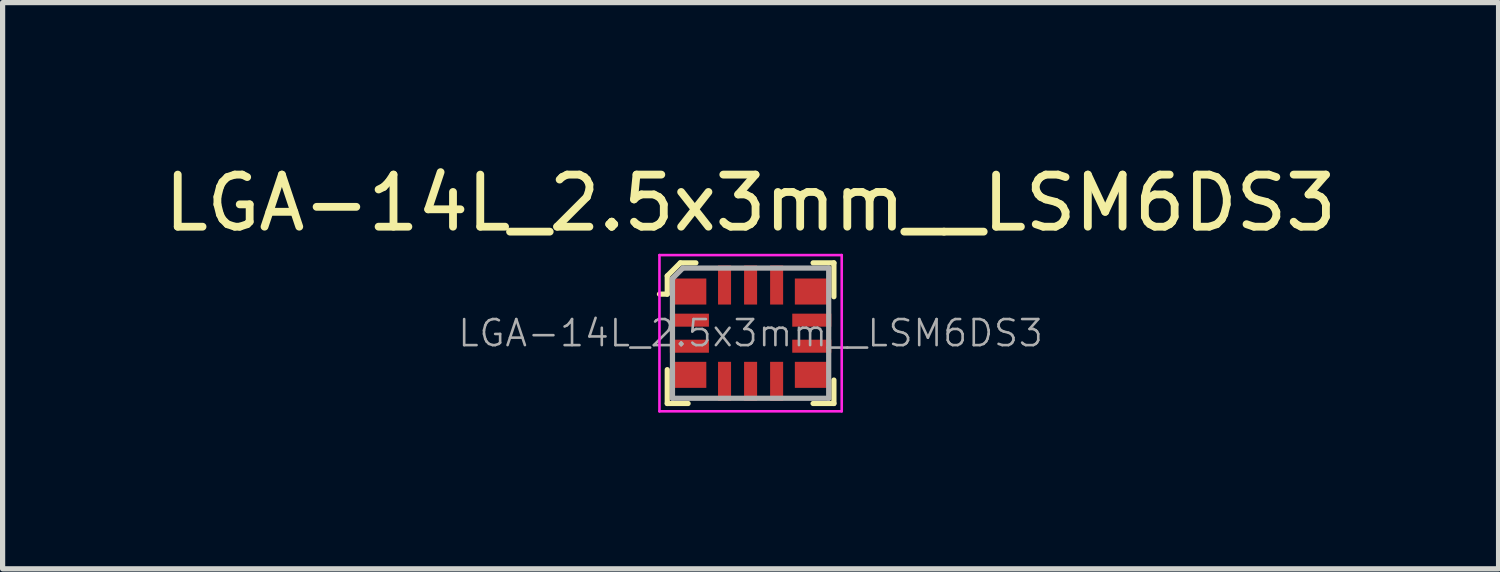
<source format=kicad_pcb>
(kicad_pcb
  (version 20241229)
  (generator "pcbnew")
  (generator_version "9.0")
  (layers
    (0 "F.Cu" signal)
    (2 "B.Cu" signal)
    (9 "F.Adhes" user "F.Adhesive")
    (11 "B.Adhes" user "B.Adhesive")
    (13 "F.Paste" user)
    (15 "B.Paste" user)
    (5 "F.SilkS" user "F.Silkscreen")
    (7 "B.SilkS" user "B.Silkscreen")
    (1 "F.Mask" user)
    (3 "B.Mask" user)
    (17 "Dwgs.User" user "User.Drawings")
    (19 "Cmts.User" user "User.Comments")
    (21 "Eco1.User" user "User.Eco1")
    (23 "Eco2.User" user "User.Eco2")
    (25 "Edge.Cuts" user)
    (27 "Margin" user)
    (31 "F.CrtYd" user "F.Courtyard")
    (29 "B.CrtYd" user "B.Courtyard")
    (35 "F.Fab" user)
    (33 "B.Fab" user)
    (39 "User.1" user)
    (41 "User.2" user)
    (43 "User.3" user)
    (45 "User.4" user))
  (footprint "LGA-14L_2.5x3mm__LSM6DS3"
    (layer "F.Cu")
    (at 11.363 3.348)
    (property "Reference" "LGA-14L_2.5x3mm__LSM6DS3" (at 0 -2.5 0) (layer "F.SilkS") (effects (font (size 1 1) (thickness 0.15))))
    (attr smd)
    (fp_line (start -1.6 -1.1) (end -1.6 -0.75) (stroke (width 0.1) (type solid)) (layer "F.SilkS"))
    (fp_line (start -1.6 -0.75) (end -1.75 -0.75) (stroke (width 0.1) (type solid)) (layer "F.SilkS"))
    (fp_line (start -1.6 1.35) (end -1.6 0.7) (stroke (width 0.1) (type solid)) (layer "F.SilkS"))
    (fp_line (start -1.35 -1.35) (end -1.6 -1.1) (stroke (width 0.1) (type solid)) (layer "F.SilkS"))
    (fp_line (start -1.2 1.35) (end -1.6 1.35) (stroke (width 0.1) (type solid)) (layer "F.SilkS"))
    (fp_line (start -1.05 -1.35) (end -1.35 -1.35) (stroke (width 0.1) (type solid)) (layer "F.SilkS"))
    (fp_line (start 1.2 -1.35) (end 1.6 -1.35) (stroke (width 0.1) (type solid)) (layer "F.SilkS"))
    (fp_line (start 1.2 1.35) (end 1.6 1.35) (stroke (width 0.1) (type solid)) (layer "F.SilkS"))
    (fp_line (start 1.6 -1.35) (end 1.6 -0.7) (stroke (width 0.1) (type solid)) (layer "F.SilkS"))
    (fp_line (start 1.6 1.35) (end 1.6 0.9) (stroke (width 0.1) (type solid)) (layer "F.SilkS"))
    (fp_line (start -1.75 -1.5) (end -1.75 1.5) (stroke (width 0.05) (type solid)) (layer "F.CrtYd"))
    (fp_line (start 1.75 -1.5) (end -1.75 -1.5) (stroke (width 0.05) (type solid)) (layer "F.CrtYd"))
    (fp_line (start 1.75 -1.5) (end 1.75 1.5) (stroke (width 0.05) (type solid)) (layer "F.CrtYd"))
    (fp_line (start 1.75 1.5) (end -1.75 1.5) (stroke (width 0.05) (type solid)) (layer "F.CrtYd"))
    (fp_line (start -1.5 -1.05) (end -1.3 -1.25) (stroke (width 0.1) (type solid)) (layer "F.Fab"))
    (fp_line (start -1.5 1.25) (end -1.5 -1.05) (stroke (width 0.1) (type solid)) (layer "F.Fab"))
    (fp_line (start -1.5 1.25) (end 1.5 1.25) (stroke (width 0.1) (type solid)) (layer "F.Fab"))
    (fp_line (start -1.3 -1.25) (end 1.5 -1.25) (stroke (width 0.1) (type solid)) (layer "F.Fab"))
    (fp_line (start 1.5 1.25) (end 1.5 -1.25) (stroke (width 0.1) (type solid)) (layer "F.Fab"))
    (fp_text user "${REFERENCE}" (at 0 0 0) (layer "F.Fab") (effects (font (size 0.5 0.5) (thickness 0.05))))
    (pad "1" smd rect (at -1.175 -0.8) (size 0.65 0.5) (layers "F.Cu" "F.Mask" "F.Paste"))
    (pad "2" smd rect (at -1.175 -0.25) (size 0.75 0.25) (layers "F.Cu" "F.Mask" "F.Paste"))
    (pad "3" smd rect (at -1.175 0.25) (size 0.75 0.25) (layers "F.Cu" "F.Mask" "F.Paste"))
    (pad "4" smd rect (at -1.175 0.8) (size 0.65 0.5) (layers "F.Cu" "F.Mask" "F.Paste"))
    (pad "5" smd rect (at -0.5 0.925) (size 0.25 0.75) (layers "F.Cu" "F.Mask" "F.Paste"))
    (pad "6" smd rect (at 0 0.925) (size 0.25 0.75) (layers "F.Cu" "F.Mask" "F.Paste"))
    (pad "7" smd rect (at 0.5 0.925) (size 0.25 0.75) (layers "F.Cu" "F.Mask" "F.Paste"))
    (pad "8" smd rect (at 1.175 0.8) (size 0.65 0.5) (layers "F.Cu" "F.Mask" "F.Paste"))
    (pad "9" smd rect (at 1.175 0.25) (size 0.75 0.25) (layers "F.Cu" "F.Mask" "F.Paste"))
    (pad "10" smd rect (at 1.175 -0.25) (size 0.75 0.25) (layers "F.Cu" "F.Mask" "F.Paste"))
    (pad "11" smd rect (at 1.175 -0.8) (size 0.65 0.5) (layers "F.Cu" "F.Mask" "F.Paste"))
    (pad "12" smd rect (at 0.5 -0.925) (size 0.25 0.75) (layers "F.Cu" "F.Mask" "F.Paste"))
    (pad "13" smd rect (at 0 -0.925) (size 0.25 0.75) (layers "F.Cu" "F.Mask" "F.Paste"))
    (pad "14" smd rect (at -0.5 -0.925) (size 0.25 0.75) (layers "F.Cu" "F.Mask" "F.Paste")))
  (gr_rect
    (start -3 -3)
    (end 25.726 7.873)
    (stroke (width 0.1) (type default))
    (fill no)
    (layer "Edge.Cuts")))
</source>
